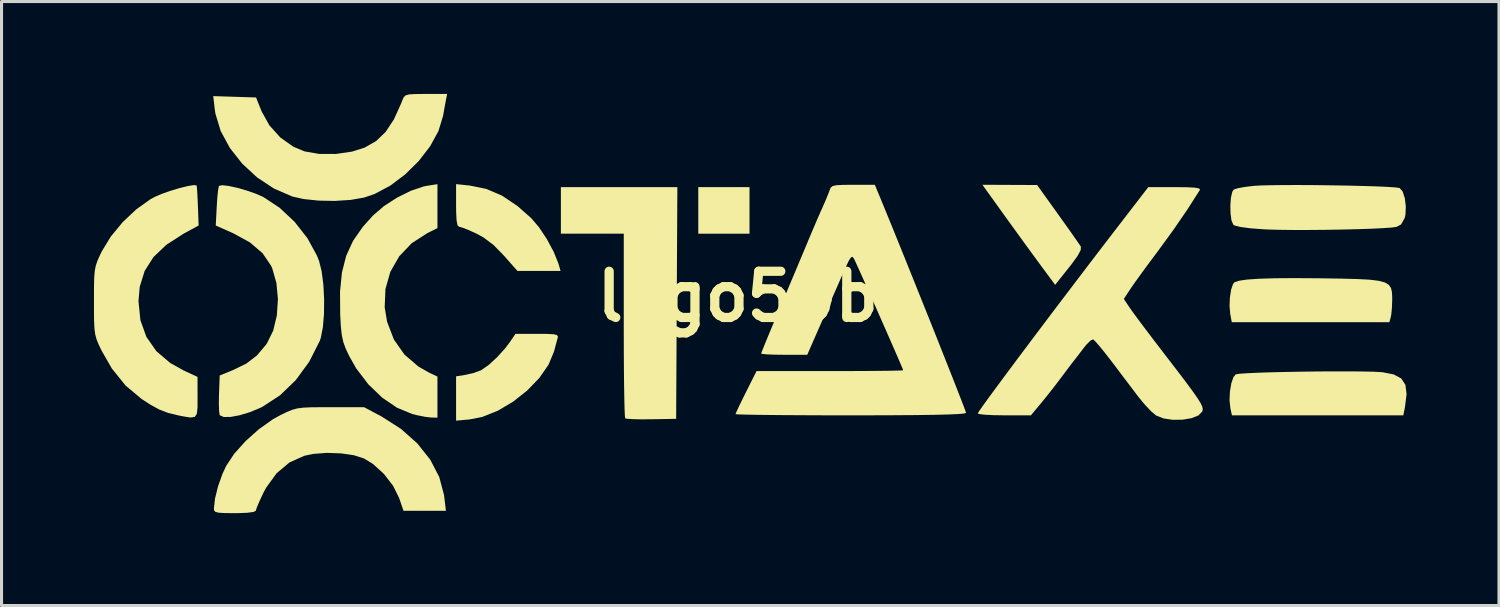
<source format=kicad_pcb>
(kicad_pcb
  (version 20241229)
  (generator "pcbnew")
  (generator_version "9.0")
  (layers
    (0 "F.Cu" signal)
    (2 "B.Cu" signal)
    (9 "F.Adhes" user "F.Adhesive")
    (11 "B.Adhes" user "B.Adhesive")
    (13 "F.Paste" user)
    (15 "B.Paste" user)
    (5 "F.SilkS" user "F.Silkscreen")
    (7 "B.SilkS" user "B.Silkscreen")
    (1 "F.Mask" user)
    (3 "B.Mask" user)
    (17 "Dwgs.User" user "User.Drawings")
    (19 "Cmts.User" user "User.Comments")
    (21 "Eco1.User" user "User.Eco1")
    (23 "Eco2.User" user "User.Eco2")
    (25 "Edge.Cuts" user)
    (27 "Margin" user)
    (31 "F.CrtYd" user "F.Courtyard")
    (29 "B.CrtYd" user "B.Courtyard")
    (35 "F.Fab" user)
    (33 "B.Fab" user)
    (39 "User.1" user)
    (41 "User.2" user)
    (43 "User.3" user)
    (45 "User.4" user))
  (footprint "logo50b"
    (layer "F.Cu")
    (at 20.902 6.577)
    (property "Reference" "logo50b" (at 0 0 0) (layer "F.SilkS") (effects (font (size 1.5 1.5) (thickness 0.3))))
    (attr board_only exclude_from_pos_files exclude_from_bom)
    (fp_poly (pts (xy 0.378 -2.797) (xy 0.378 -2.041) (xy -0.454 -2.041) (xy -1.285 -2.041) (xy -1.285 -2.797) (xy -1.285 -3.553) (xy -0.454 -3.553) (xy 0.378 -3.553)) (stroke (width 0) (type solid)) (fill yes) (layer "F.SilkS"))
    (fp_poly (pts (xy 8.826 -3.625) (xy 9.714 -3.621) (xy 10.394 -2.673) (xy 10.634 -2.337) (xy 10.846 -2.038) (xy 11.011 -1.802) (xy 11.114 -1.652) (xy 11.136 -1.616) (xy 11.129 -1.508) (xy 11.026 -1.318) (xy 10.82 -1.034) (xy 10.748 -0.944) (xy 10.299 -0.381) (xy 9.811 -1.041) (xy 9.583 -1.352) (xy 9.299 -1.741) (xy 8.993 -2.164) (xy 8.696 -2.574) (xy 8.631 -2.665) (xy 7.938 -3.629)) (stroke (width 0) (type solid)) (fill yes) (layer "F.SilkS"))
    (fp_poly (pts (xy -1.984 0.208) (xy -2.003 3.969) (xy -2.808 3.983) (xy -3.142 3.985) (xy -3.417 3.979) (xy -3.601 3.966) (xy -3.658 3.952) (xy -3.668 3.868) (xy -3.678 3.65) (xy -3.686 3.314) (xy -3.693 2.876) (xy -3.699 2.353) (xy -3.702 1.761) (xy -3.704 1.116) (xy -3.704 0.932) (xy -3.704 -2.041) (xy -4.725 -2.041) (xy -5.745 -2.041) (xy -5.745 -2.797) (xy -5.745 -3.553) (xy -3.855 -3.553) (xy -1.964 -3.553)) (stroke (width 0) (type solid)) (fill yes) (layer "F.SilkS"))
    (fp_poly (pts (xy -8.709 -3.604) (xy -8.171 -3.496) (xy -7.661 -3.279) (xy -7.156 -2.941) (xy -6.706 -2.544) (xy -6.454 -2.248) (xy -6.2 -1.865) (xy -5.979 -1.454) (xy -5.826 -1.075) (xy -5.815 -1.039) (xy -5.756 -0.832) (xy -6.455 -0.832) (xy -7.155 -0.832) (xy -7.597 -1.332) (xy -7.936 -1.678) (xy -8.264 -1.924) (xy -8.499 -2.05) (xy -8.747 -2.161) (xy -8.947 -2.24) (xy -9.053 -2.268) (xy -9.101 -2.316) (xy -9.131 -2.472) (xy -9.145 -2.752) (xy -9.147 -2.959) (xy -9.147 -3.65)) (stroke (width 0) (type solid)) (fill yes) (layer "F.SilkS"))
    (fp_poly (pts (xy -6.186 1.212) (xy -5.981 1.223) (xy -5.875 1.248) (xy -5.842 1.293) (xy -5.849 1.342) (xy -5.892 1.498) (xy -5.951 1.722) (xy -5.967 1.782) (xy -6.146 2.212) (xy -6.446 2.643) (xy -6.839 3.05) (xy -7.296 3.411) (xy -7.79 3.704) (xy -8.291 3.905) (xy -8.701 3.987) (xy -9.147 4.028) (xy -9.147 3.309) (xy -9.147 2.59) (xy -8.837 2.54) (xy -8.582 2.481) (xy -8.357 2.4) (xy -8.326 2.385) (xy -8.089 2.22) (xy -7.817 1.97) (xy -7.555 1.682) (xy -7.401 1.477) (xy -7.219 1.211) (xy -6.515 1.21)) (stroke (width 0) (type solid)) (fill yes) (layer "F.SilkS"))
    (fp_poly (pts (xy 20.276 2.432) (xy 20.627 2.439) (xy 20.874 2.452) (xy 20.923 2.456) (xy 21.288 2.527) (xy 21.534 2.658) (xy 21.67 2.866) (xy 21.707 3.169) (xy 21.655 3.584) (xy 21.649 3.619) (xy 21.601 3.855) (xy 18.82 3.855) (xy 16.038 3.855) (xy 15.987 3.621) (xy 15.96 3.366) (xy 15.973 3.082) (xy 16.018 2.815) (xy 16.088 2.613) (xy 16.163 2.525) (xy 16.276 2.506) (xy 16.518 2.489) (xy 16.864 2.473) (xy 17.291 2.459) (xy 17.778 2.447) (xy 18.299 2.438) (xy 18.833 2.431) (xy 19.356 2.428) (xy 19.845 2.428)) (stroke (width 0) (type solid)) (fill yes) (layer "F.SilkS"))
    (fp_poly (pts (xy 18.835 -0.594) (xy 18.978 -0.592) (xy 19.622 -0.582) (xy 20.13 -0.568) (xy 20.52 -0.547) (xy 20.806 -0.511) (xy 21.004 -0.458) (xy 21.131 -0.381) (xy 21.202 -0.277) (xy 21.233 -0.139) (xy 21.241 0.035) (xy 21.241 0.096) (xy 21.232 0.359) (xy 21.21 0.584) (xy 21.195 0.661) (xy 21.149 0.832) (xy 18.591 0.832) (xy 16.033 0.832) (xy 15.982 0.561) (xy 15.96 0.309) (xy 15.972 0.03) (xy 16.012 -0.225) (xy 16.074 -0.408) (xy 16.119 -0.464) (xy 16.263 -0.513) (xy 16.521 -0.551) (xy 16.9 -0.578) (xy 17.407 -0.594) (xy 18.05 -0.599)) (stroke (width 0) (type solid)) (fill yes) (layer "F.SilkS"))
    (fp_poly (pts (xy -9.752 -2.935) (xy -9.752 -2.222) (xy -10.073 -2.064) (xy -10.589 -1.731) (xy -10.994 -1.305) (xy -11.281 -0.804) (xy -11.44 -0.246) (xy -11.465 0.349) (xy -11.387 0.816) (xy -11.166 1.394) (xy -10.824 1.882) (xy -10.366 2.275) (xy -10.024 2.469) (xy -9.752 2.598) (xy -9.752 3.265) (xy -9.752 3.931) (xy -9.96 3.926) (xy -10.153 3.903) (xy -10.416 3.851) (xy -10.569 3.813) (xy -11.062 3.61) (xy -11.546 3.281) (xy -11.996 2.848) (xy -12.388 2.334) (xy -12.619 1.927) (xy -12.734 1.681) (xy -12.81 1.469) (xy -12.858 1.246) (xy -12.888 0.964) (xy -12.909 0.577) (xy -12.909 0.573) (xy -12.914 -0.161) (xy -12.852 -0.784) (xy -12.714 -1.324) (xy -12.491 -1.809) (xy -12.172 -2.267) (xy -11.845 -2.631) (xy -11.491 -2.935) (xy -11.064 -3.212) (xy -10.615 -3.434) (xy -10.194 -3.576) (xy -10.073 -3.599) (xy -9.752 -3.648)) (stroke (width 0) (type solid)) (fill yes) (layer "F.SilkS"))
    (fp_poly (pts (xy 18.736 -3.618) (xy 19.27 -3.611) (xy 19.796 -3.602) (xy 20.289 -3.59) (xy 20.727 -3.577) (xy 21.086 -3.561) (xy 21.344 -3.543) (xy 21.477 -3.525) (xy 21.484 -3.522) (xy 21.581 -3.407) (xy 21.65 -3.192) (xy 21.682 -2.927) (xy 21.671 -2.662) (xy 21.647 -2.551) (xy 21.53 -2.342) (xy 21.385 -2.264) (xy 21.227 -2.241) (xy 20.943 -2.221) (xy 20.559 -2.202) (xy 20.099 -2.187) (xy 19.59 -2.175) (xy 19.057 -2.166) (xy 18.525 -2.162) (xy 18.019 -2.162) (xy 17.565 -2.167) (xy 17.189 -2.178) (xy 17.067 -2.184) (xy 16.641 -2.216) (xy 16.322 -2.258) (xy 16.129 -2.305) (xy 16.084 -2.331) (xy 16.025 -2.465) (xy 15.993 -2.689) (xy 15.986 -2.953) (xy 16.005 -3.206) (xy 16.048 -3.399) (xy 16.098 -3.475) (xy 16.225 -3.516) (xy 16.454 -3.558) (xy 16.736 -3.592) (xy 16.744 -3.593) (xy 16.975 -3.607) (xy 17.313 -3.615) (xy 17.734 -3.62) (xy 18.217 -3.621)) (stroke (width 0) (type solid)) (fill yes) (layer "F.SilkS"))
    (fp_poly (pts (xy -9.479 -6.369) (xy -9.519 -6.153) (xy -9.564 -5.895) (xy -9.571 -5.859) (xy -9.719 -5.374) (xy -9.989 -4.88) (xy -10.357 -4.403) (xy -10.796 -3.968) (xy -11.282 -3.602) (xy -11.79 -3.331) (xy -12.13 -3.215) (xy -12.57 -3.138) (xy -13.082 -3.105) (xy -13.61 -3.115) (xy -14.1 -3.166) (xy -14.465 -3.249) (xy -15.056 -3.504) (xy -15.605 -3.867) (xy -16.09 -4.315) (xy -16.491 -4.825) (xy -16.788 -5.373) (xy -16.959 -5.937) (xy -16.98 -6.074) (xy -17.03 -6.507) (xy -16.335 -6.485) (xy -15.64 -6.463) (xy -15.459 -6.01) (xy -15.206 -5.556) (xy -14.851 -5.163) (xy -14.428 -4.863) (xy -14.068 -4.713) (xy -13.59 -4.63) (xy -13.054 -4.629) (xy -12.527 -4.705) (xy -12.114 -4.836) (xy -11.744 -5.047) (xy -11.434 -5.345) (xy -11.166 -5.75) (xy -10.925 -6.282) (xy -10.892 -6.369) (xy -10.849 -6.467) (xy -10.79 -6.528) (xy -10.683 -6.561) (xy -10.494 -6.574) (xy -10.192 -6.577) (xy -10.126 -6.577) (xy -9.437 -6.577)) (stroke (width 0) (type solid)) (fill yes) (layer "F.SilkS"))
    (fp_poly (pts (xy -16.519 -3.589) (xy -16.241 -3.528) (xy -15.936 -3.44) (xy -15.642 -3.337) (xy -15.402 -3.23) (xy -14.875 -2.882) (xy -14.387 -2.424) (xy -13.972 -1.894) (xy -13.664 -1.33) (xy -13.593 -1.15) (xy -13.509 -0.81) (xy -13.455 -0.382) (xy -13.43 0.091) (xy -13.435 0.564) (xy -13.471 0.995) (xy -13.538 1.338) (xy -13.571 1.436) (xy -13.914 2.114) (xy -14.35 2.711) (xy -14.862 3.205) (xy -15.43 3.576) (xy -15.498 3.61) (xy -15.839 3.752) (xy -16.171 3.852) (xy -16.465 3.907) (xy -16.689 3.909) (xy -16.813 3.854) (xy -16.823 3.837) (xy -16.84 3.713) (xy -16.848 3.483) (xy -16.844 3.195) (xy -16.842 3.145) (xy -16.82 2.562) (xy -16.392 2.388) (xy -15.954 2.174) (xy -15.615 1.915) (xy -15.321 1.567) (xy -15.283 1.512) (xy -15.084 1.107) (xy -14.966 0.617) (xy -14.93 0.087) (xy -14.979 -0.439) (xy -15.115 -0.917) (xy -15.154 -1.003) (xy -15.427 -1.405) (xy -15.839 -1.758) (xy -16.373 -2.051) (xy -16.948 -2.306) (xy -16.916 -2.928) (xy -16.897 -3.221) (xy -16.873 -3.451) (xy -16.848 -3.581) (xy -16.841 -3.595) (xy -16.731 -3.615)) (stroke (width 0) (type solid)) (fill yes) (layer "F.SilkS"))
    (fp_poly (pts (xy -11.568 3.892) (xy -10.937 4.294) (xy -10.406 4.766) (xy -9.987 5.292) (xy -9.694 5.856) (xy -9.538 6.442) (xy -9.532 6.493) (xy -9.477 6.955) (xy -10.166 6.955) (xy -10.854 6.955) (xy -10.996 6.537) (xy -11.193 6.141) (xy -11.491 5.756) (xy -11.846 5.433) (xy -12.133 5.257) (xy -12.463 5.151) (xy -12.884 5.09) (xy -13.342 5.074) (xy -13.781 5.107) (xy -14.074 5.168) (xy -14.556 5.385) (xy -14.973 5.735) (xy -15.316 6.209) (xy -15.406 6.379) (xy -15.524 6.632) (xy -15.611 6.836) (xy -15.648 6.948) (xy -15.648 6.953) (xy -15.72 6.991) (xy -15.922 7.018) (xy -16.232 7.03) (xy -16.329 7.03) (xy -16.652 7.028) (xy -16.853 7.016) (xy -16.961 6.988) (xy -17.003 6.938) (xy -17.009 6.883) (xy -16.972 6.554) (xy -16.874 6.158) (xy -16.731 5.757) (xy -16.611 5.498) (xy -16.347 5.1) (xy -15.979 4.69) (xy -15.549 4.306) (xy -15.097 3.985) (xy -14.845 3.845) (xy -14.639 3.746) (xy -14.471 3.677) (xy -14.306 3.632) (xy -14.11 3.606) (xy -13.849 3.594) (xy -13.49 3.591) (xy -13.231 3.591) (xy -12.133 3.591)) (stroke (width 0) (type solid)) (fill yes) (layer "F.SilkS"))
    (fp_poly (pts (xy -17.571 -3.61) (xy -17.57 -3.609) (xy -17.559 -3.531) (xy -17.546 -3.337) (xy -17.533 -3.064) (xy -17.528 -2.949) (xy -17.504 -2.307) (xy -17.992 -2.042) (xy -18.552 -1.681) (xy -18.972 -1.281) (xy -19.257 -0.83) (xy -19.416 -0.317) (xy -19.457 0.151) (xy -19.394 0.767) (xy -19.201 1.307) (xy -18.878 1.771) (xy -18.426 2.156) (xy -17.998 2.395) (xy -17.54 2.608) (xy -17.539 3.269) (xy -17.54 3.602) (xy -17.562 3.806) (xy -17.631 3.907) (xy -17.771 3.926) (xy -18.01 3.888) (xy -18.181 3.853) (xy -18.503 3.774) (xy -18.785 3.666) (xy -19.082 3.502) (xy -19.357 3.323) (xy -19.877 2.887) (xy -20.323 2.333) (xy -20.653 1.757) (xy -20.75 1.555) (xy -20.818 1.389) (xy -20.862 1.224) (xy -20.887 1.026) (xy -20.899 0.763) (xy -20.902 0.401) (xy -20.902 0.151) (xy -20.901 -0.278) (xy -20.895 -0.59) (xy -20.878 -0.819) (xy -20.844 -0.999) (xy -20.789 -1.162) (xy -20.708 -1.344) (xy -20.643 -1.476) (xy -20.354 -1.95) (xy -19.968 -2.417) (xy -19.526 -2.834) (xy -19.069 -3.159) (xy -18.932 -3.234) (xy -18.706 -3.332) (xy -18.427 -3.43) (xy -18.136 -3.518) (xy -17.871 -3.584) (xy -17.67 -3.618)) (stroke (width 0) (type solid)) (fill yes) (layer "F.SilkS"))
    (fp_poly (pts (xy 14.571 -3.549) (xy 14.822 -3.537) (xy 14.96 -3.514) (xy 15.002 -3.478) (xy 14.995 -3.458) (xy 14.605 -2.846) (xy 14.138 -2.165) (xy 13.62 -1.455) (xy 13.606 -1.436) (xy 13.35 -1.093) (xy 13.108 -0.764) (xy 12.904 -0.481) (xy 12.762 -0.278) (xy 12.741 -0.246) (xy 12.529 0.076) (xy 12.717 0.359) (xy 12.819 0.503) (xy 12.996 0.744) (xy 13.233 1.06) (xy 13.513 1.429) (xy 13.819 1.828) (xy 13.924 1.965) (xy 14.293 2.445) (xy 14.578 2.821) (xy 14.789 3.108) (xy 14.936 3.32) (xy 15.029 3.473) (xy 15.077 3.581) (xy 15.09 3.66) (xy 15.078 3.724) (xy 15.075 3.731) (xy 14.953 3.858) (xy 14.724 3.948) (xy 14.432 3.996) (xy 14.116 4) (xy 13.818 3.956) (xy 13.579 3.861) (xy 13.569 3.855) (xy 13.412 3.721) (xy 13.21 3.507) (xy 13.003 3.257) (xy 12.984 3.232) (xy 12.78 2.962) (xy 12.524 2.625) (xy 12.258 2.272) (xy 12.115 2.084) (xy 11.903 1.811) (xy 11.72 1.587) (xy 11.587 1.438) (xy 11.528 1.388) (xy 11.443 1.432) (xy 11.31 1.565) (xy 11.226 1.669) (xy 11.078 1.864) (xy 10.959 2.017) (xy 10.924 2.062) (xy 10.843 2.166) (xy 10.702 2.352) (xy 10.529 2.584) (xy 10.511 2.608) (xy 10.282 2.909) (xy 10.029 3.23) (xy 9.844 3.458) (xy 9.513 3.855) (xy 8.65 3.855) (xy 8.309 3.85) (xy 8.031 3.836) (xy 7.847 3.816) (xy 7.786 3.793) (xy 7.831 3.719) (xy 7.958 3.537) (xy 8.159 3.259) (xy 8.426 2.897) (xy 8.748 2.463) (xy 9.117 1.968) (xy 9.525 1.424) (xy 9.962 0.844) (xy 10.419 0.239) (xy 10.888 -0.378) (xy 11.359 -0.997) (xy 11.823 -1.604) (xy 12.202 -2.098) (xy 13.323 -3.553) (xy 14.188 -3.553)) (stroke (width 0) (type solid)) (fill yes) (layer "F.SilkS"))
    (fp_poly (pts (xy 4.673 -3.081) (xy 4.844 -2.664) (xy 5.045 -2.172) (xy 5.268 -1.622) (xy 5.507 -1.029) (xy 5.756 -0.41) (xy 6.009 0.221) (xy 6.26 0.846) (xy 6.501 1.451) (xy 6.726 2.019) (xy 6.93 2.534) (xy 7.106 2.981) (xy 7.247 3.344) (xy 7.348 3.605) (xy 7.401 3.751) (xy 7.408 3.775) (xy 7.346 3.796) (xy 7.155 3.813) (xy 6.833 3.827) (xy 6.376 3.839) (xy 5.781 3.847) (xy 5.043 3.852) (xy 4.159 3.855) (xy 3.666 3.855) (xy 2.93 3.855) (xy 2.242 3.852) (xy 1.616 3.849) (xy 1.067 3.844) (xy 0.61 3.839) (xy 0.257 3.832) (xy 0.025 3.825) (xy -0.073 3.817) (xy -0.076 3.816) (xy -0.044 3.736) (xy 0.042 3.552) (xy 0.167 3.295) (xy 0.265 3.098) (xy 0.606 2.419) (xy 2.987 2.419) (xy 3.569 2.418) (xy 4.1 2.416) (xy 4.562 2.412) (xy 4.935 2.408) (xy 5.203 2.402) (xy 5.347 2.396) (xy 5.367 2.392) (xy 5.338 2.318) (xy 5.257 2.127) (xy 5.134 1.843) (xy 4.979 1.488) (xy 4.802 1.085) (xy 4.613 0.655) (xy 4.421 0.221) (xy 4.237 -0.195) (xy 4.07 -0.569) (xy 3.93 -0.881) (xy 3.827 -1.108) (xy 3.771 -1.226) (xy 3.768 -1.231) (xy 3.723 -1.289) (xy 3.672 -1.273) (xy 3.601 -1.164) (xy 3.496 -0.943) (xy 3.426 -0.786) (xy 3.297 -0.49) (xy 3.127 -0.102) (xy 2.936 0.332) (xy 2.746 0.765) (xy 2.708 0.85) (xy 2.252 1.89) (xy 1.504 1.89) (xy 1.188 1.886) (xy 0.939 1.876) (xy 0.787 1.861) (xy 0.756 1.85) (xy 0.784 1.771) (xy 0.863 1.574) (xy 0.983 1.281) (xy 1.137 0.912) (xy 1.315 0.488) (xy 1.37 0.357) (xy 1.578 -0.135) (xy 1.786 -0.63) (xy 1.981 -1.093) (xy 2.147 -1.489) (xy 2.27 -1.782) (xy 2.271 -1.787) (xy 2.42 -2.141) (xy 2.572 -2.496) (xy 2.702 -2.793) (xy 2.743 -2.883) (xy 2.854 -3.136) (xy 2.944 -3.357) (xy 2.981 -3.458) (xy 3.015 -3.538) (xy 3.079 -3.588) (xy 3.202 -3.615) (xy 3.416 -3.626) (xy 3.74 -3.629) (xy 4.446 -3.629)) (stroke (width 0) (type solid)) (fill yes) (layer "F.SilkS")))
  (gr_rect
    (start -3 -3)
    (end 45.609 16.607)
    (stroke (width 0.1) (type default))
    (fill no)
    (layer "Edge.Cuts")))
</source>
